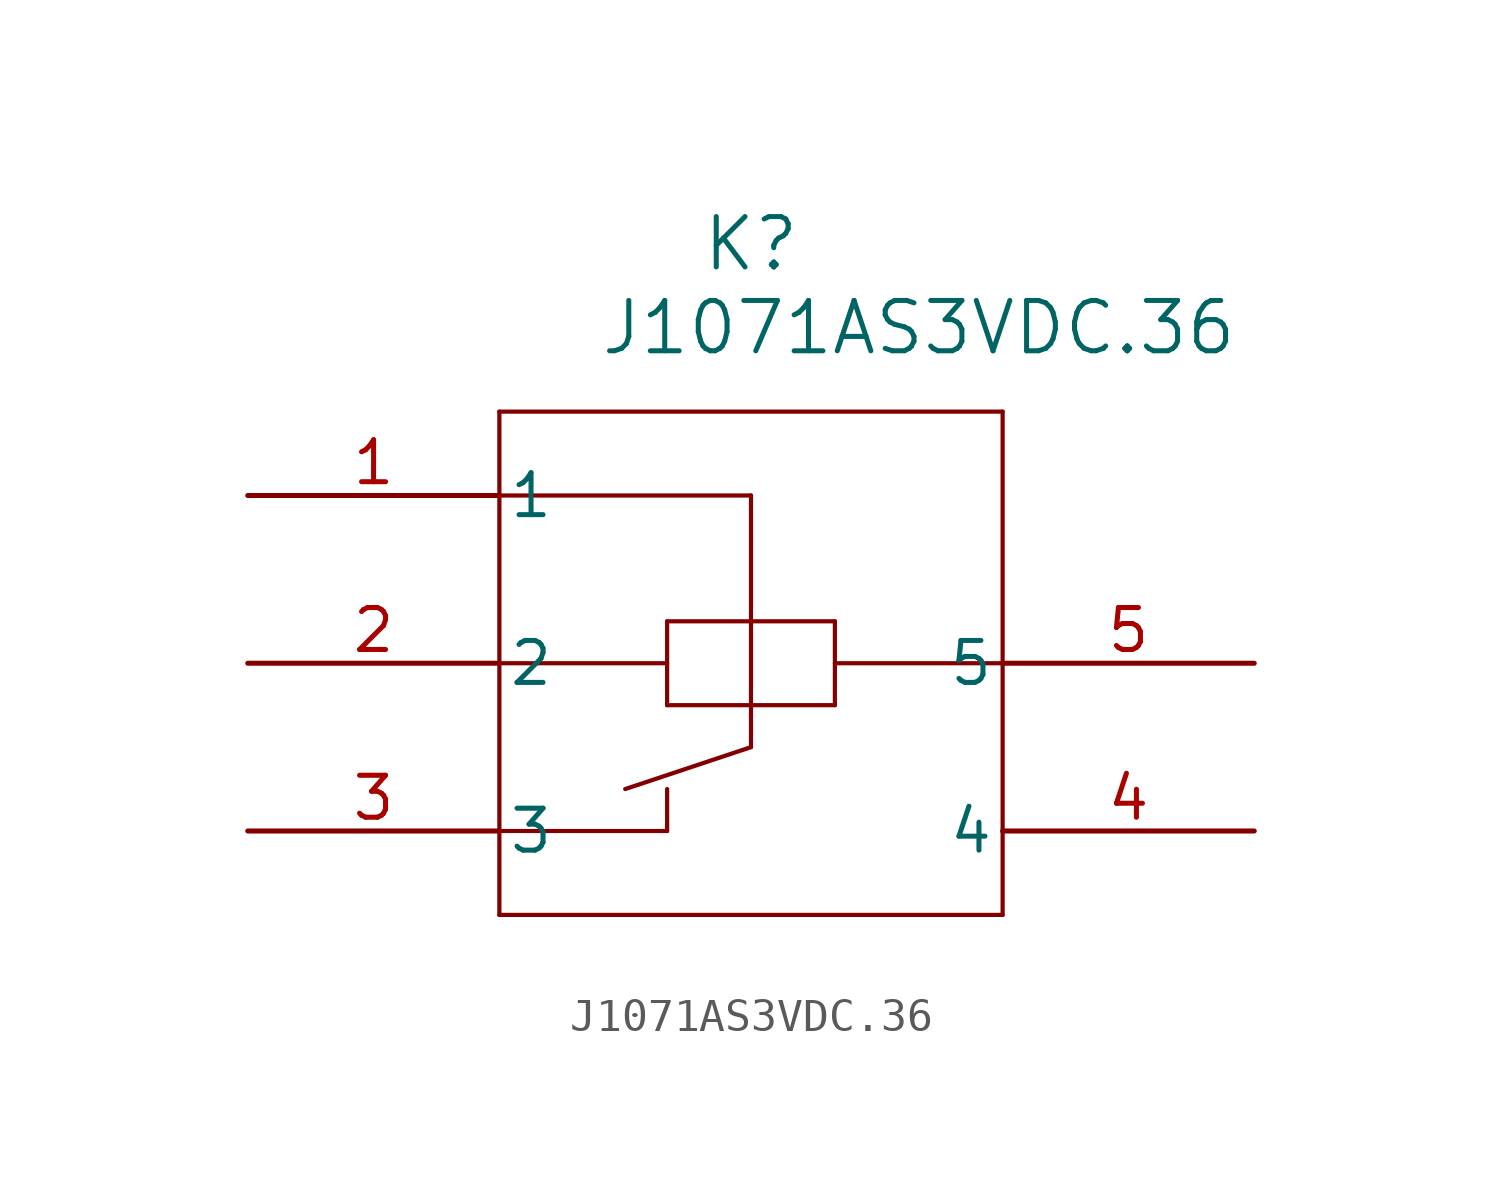
<source format=kicad_sym>
(kicad_symbol_lib
  (version 20211014)
  (generator kicad_symbol_editor)
  (symbol "J1071AS3VDC.36"
    (pin_names
      (offset 0.254))
    (property "Reference" "K"
      (at 15.24 7.62 0)
      (effects (font (size 1.524 1.524))))
    (property "Value" "J1071AS3VDC.36"
      (at 20.32 5.08 0)
      (effects (font (size 1.524 1.524))))
    (polyline
      (pts (xy 7.62 -5.08) (xy 12.7 -5.08))
      (stroke (width 0.127) (type default) (color 0 0 0 0))
      (fill (type none)))
    (polyline
      (pts (xy 7.62 2.54) (xy 7.62 -12.7))
      (stroke (width 0.127) (type default) (color 0 0 0 0))
      (fill (type none)))
    (polyline
      (pts (xy 7.62 -12.7) (xy 22.86 -12.7))
      (stroke (width 0.127) (type default) (color 0 0 0 0))
      (fill (type none)))
    (polyline
      (pts (xy 22.86 -12.7) (xy 22.86 2.54))
      (stroke (width 0.127) (type default) (color 0 0 0 0))
      (fill (type none)))
    (polyline
      (pts (xy 22.86 2.54) (xy 7.62 2.54))
      (stroke (width 0.127) (type default) (color 0 0 0 0))
      (fill (type none)))
    (polyline
      (pts (xy 22.86 -5.08) (xy 17.78 -5.08))
      (stroke (width 0.127) (type default) (color 0 0 0 0))
      (fill (type none)))
    (polyline
      (pts (xy 12.7 -3.81) (xy 12.7 -6.35))
      (stroke (width 0.127) (type default) (color 0 0 0 0))
      (fill (type none)))
    (polyline
      (pts (xy 12.7 -6.35) (xy 17.78 -6.35))
      (stroke (width 0.127) (type default) (color 0 0 0 0))
      (fill (type none)))
    (polyline
      (pts (xy 17.78 -3.81) (xy 17.78 -6.35))
      (stroke (width 0.127) (type default) (color 0 0 0 0))
      (fill (type none)))
    (polyline
      (pts (xy 17.78 -3.81) (xy 12.7 -3.81))
      (stroke (width 0.127) (type default) (color 0 0 0 0))
      (fill (type none)))
    (polyline
      (pts (xy 7.62 0) (xy 15.24 0))
      (stroke (width 0.127) (type default) (color 0 0 0 0))
      (fill (type none)))
    (polyline
      (pts (xy 15.24 0) (xy 15.24 -1.27))
      (stroke (width 0.127) (type default) (color 0 0 0 0))
      (fill (type none)))
    (polyline
      (pts (xy 7.62 -10.16) (xy 12.7 -10.16))
      (stroke (width 0.127) (type default) (color 0 0 0 0))
      (fill (type none)))
    (polyline
      (pts (xy 12.7 -8.89) (xy 12.7 -10.16))
      (stroke (width 0.127) (type default) (color 0 0 0 0))
      (fill (type none)))
    (polyline
      (pts (xy 15.24 -1.27) (xy 15.24 -7.62))
      (stroke (width 0.127) (type default) (color 0 0 0 0))
      (fill (type none)))
    (polyline
      (pts (xy 15.24 -7.62) (xy 11.43 -8.89))
      (stroke (width 0.127) (type default) (color 0 0 0 0))
      (fill (type none)))
    (pin unspecified line
      (at 0 0 0)
      (length 7.62)
      (name "1" (effects (font (size 1.27 1.27))))
      (number "1" (effects (font (size 1.27 1.27)))))
    (pin unspecified line
      (at 0 -5.08 0)
      (length 7.62)
      (name "2" (effects (font (size 1.27 1.27))))
      (number "2" (effects (font (size 1.27 1.27)))))
    (pin unspecified line
      (at 0 -10.16 0)
      (length 7.62)
      (name "3" (effects (font (size 1.27 1.27))))
      (number "3" (effects (font (size 1.27 1.27)))))
    (pin unspecified line
      (at 30.48 -10.16 180)
      (length 7.62)
      (name "4" (effects (font (size 1.27 1.27))))
      (number "4" (effects (font (size 1.27 1.27)))))
    (pin unspecified line
      (at 30.48 -5.08 180)
      (length 7.62)
      (name "5" (effects (font (size 1.27 1.27))))
      (number "5" (effects (font (size 1.27 1.27)))))))
</source>
